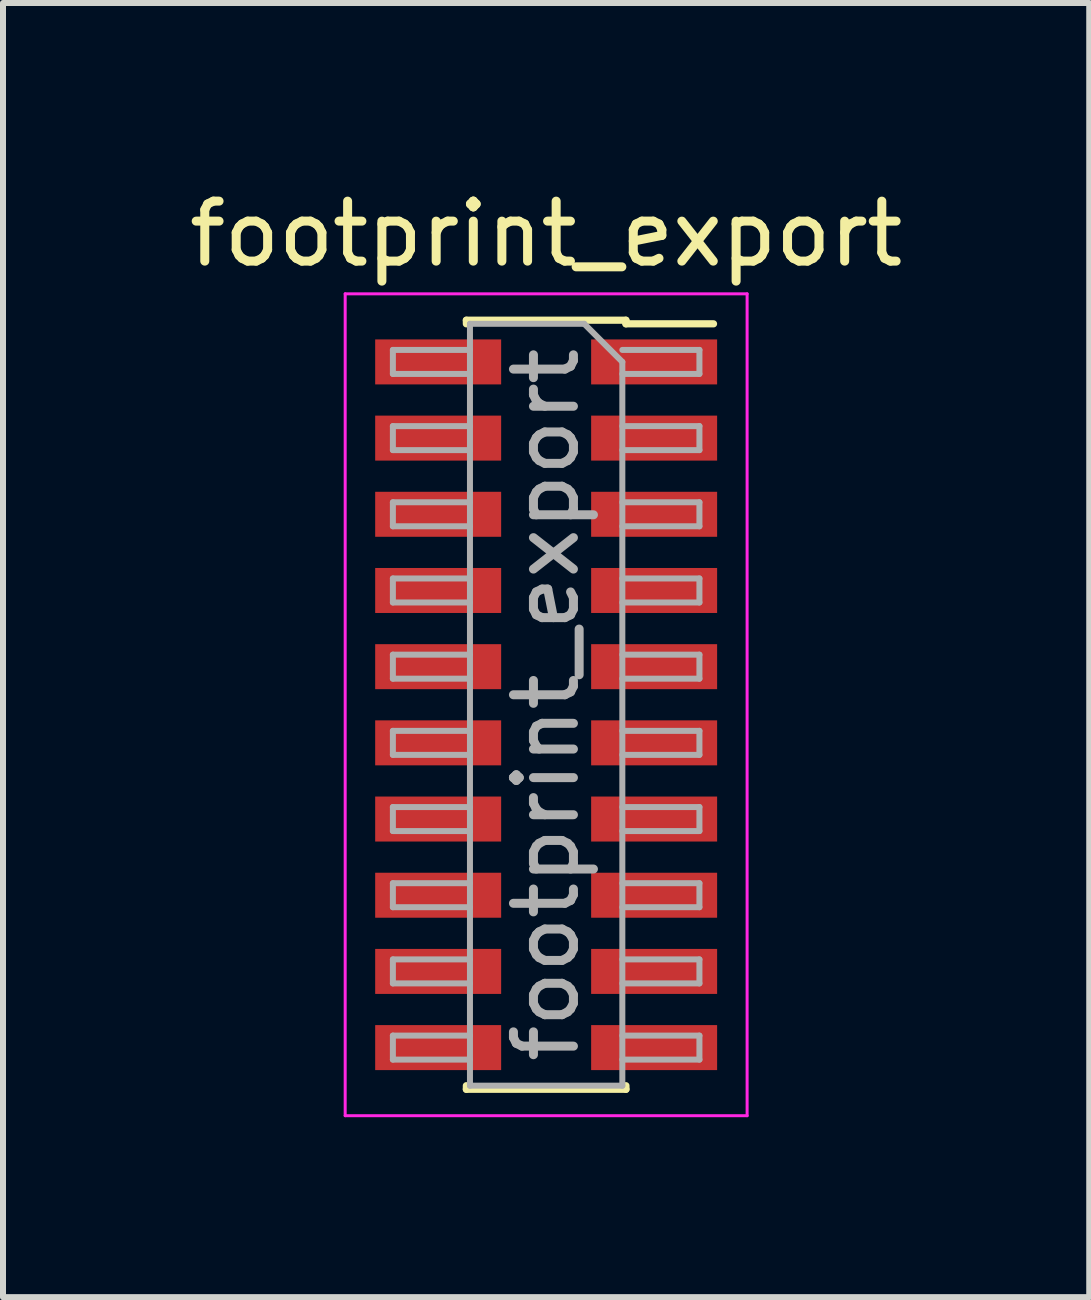
<source format=kicad_pcb>
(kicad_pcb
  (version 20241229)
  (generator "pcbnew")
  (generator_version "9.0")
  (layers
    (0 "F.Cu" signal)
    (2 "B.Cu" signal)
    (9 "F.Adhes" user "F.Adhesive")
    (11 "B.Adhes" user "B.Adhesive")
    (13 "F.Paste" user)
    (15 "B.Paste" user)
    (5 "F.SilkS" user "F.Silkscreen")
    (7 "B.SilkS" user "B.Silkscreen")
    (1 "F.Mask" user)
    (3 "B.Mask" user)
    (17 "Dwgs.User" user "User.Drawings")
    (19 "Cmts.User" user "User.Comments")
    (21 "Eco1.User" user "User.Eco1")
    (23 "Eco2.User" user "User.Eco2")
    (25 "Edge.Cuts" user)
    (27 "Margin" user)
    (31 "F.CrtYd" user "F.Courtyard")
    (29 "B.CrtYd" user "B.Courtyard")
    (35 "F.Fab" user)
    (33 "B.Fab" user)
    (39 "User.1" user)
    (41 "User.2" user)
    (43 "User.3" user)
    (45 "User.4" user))
  (footprint "footprint_export"
    (layer "F.Cu")
    (at 6.054 8.698)
    (property "Reference" "footprint_export" (at 0 -7.85 0) (layer "F.SilkS") (effects (font (size 1 1) (thickness 0.15))))
    (attr smd)
    (fp_line (start -1.33 -6.41) (end -1.33 -6.35) (stroke (width 0.12) (type solid)) (layer "F.SilkS"))
    (fp_line (start -1.33 -6.41) (end 1.33 -6.41) (stroke (width 0.12) (type solid)) (layer "F.SilkS"))
    (fp_line (start -1.33 6.35) (end -1.33 6.41) (stroke (width 0.12) (type solid)) (layer "F.SilkS"))
    (fp_line (start -1.33 6.41) (end 1.33 6.41) (stroke (width 0.12) (type solid)) (layer "F.SilkS"))
    (fp_line (start 1.33 -6.41) (end 1.33 -6.35) (stroke (width 0.12) (type solid)) (layer "F.SilkS"))
    (fp_line (start 1.33 -6.35) (end 2.79 -6.35) (stroke (width 0.12) (type solid)) (layer "F.SilkS"))
    (fp_line (start 1.33 6.35) (end 1.33 6.41) (stroke (width 0.12) (type solid)) (layer "F.SilkS"))
    (fp_line (start -3.35 -6.85) (end 3.35 -6.85) (stroke (width 0.05) (type solid)) (layer "F.CrtYd"))
    (fp_line (start -3.35 6.85) (end -3.35 -6.85) (stroke (width 0.05) (type solid)) (layer "F.CrtYd"))
    (fp_line (start 3.35 -6.85) (end 3.35 6.85) (stroke (width 0.05) (type solid)) (layer "F.CrtYd"))
    (fp_line (start 3.35 6.85) (end -3.35 6.85) (stroke (width 0.05) (type solid)) (layer "F.CrtYd"))
    (fp_line (start -2.555 -5.915) (end -1.27 -5.915) (stroke (width 0.1) (type solid)) (layer "F.Fab"))
    (fp_line (start -2.555 -5.515) (end -2.555 -5.915) (stroke (width 0.1) (type solid)) (layer "F.Fab"))
    (fp_line (start -2.555 -4.645) (end -1.27 -4.645) (stroke (width 0.1) (type solid)) (layer "F.Fab"))
    (fp_line (start -2.555 -4.245) (end -2.555 -4.645) (stroke (width 0.1) (type solid)) (layer "F.Fab"))
    (fp_line (start -2.555 -3.375) (end -1.27 -3.375) (stroke (width 0.1) (type solid)) (layer "F.Fab"))
    (fp_line (start -2.555 -2.975) (end -2.555 -3.375) (stroke (width 0.1) (type solid)) (layer "F.Fab"))
    (fp_line (start -2.555 -2.105) (end -1.27 -2.105) (stroke (width 0.1) (type solid)) (layer "F.Fab"))
    (fp_line (start -2.555 -1.705) (end -2.555 -2.105) (stroke (width 0.1) (type solid)) (layer "F.Fab"))
    (fp_line (start -2.555 -0.835) (end -1.27 -0.835) (stroke (width 0.1) (type solid)) (layer "F.Fab"))
    (fp_line (start -2.555 -0.435) (end -2.555 -0.835) (stroke (width 0.1) (type solid)) (layer "F.Fab"))
    (fp_line (start -2.555 0.435) (end -1.27 0.435) (stroke (width 0.1) (type solid)) (layer "F.Fab"))
    (fp_line (start -2.555 0.835) (end -2.555 0.435) (stroke (width 0.1) (type solid)) (layer "F.Fab"))
    (fp_line (start -2.555 1.705) (end -1.27 1.705) (stroke (width 0.1) (type solid)) (layer "F.Fab"))
    (fp_line (start -2.555 2.105) (end -2.555 1.705) (stroke (width 0.1) (type solid)) (layer "F.Fab"))
    (fp_line (start -2.555 2.975) (end -1.27 2.975) (stroke (width 0.1) (type solid)) (layer "F.Fab"))
    (fp_line (start -2.555 3.375) (end -2.555 2.975) (stroke (width 0.1) (type solid)) (layer "F.Fab"))
    (fp_line (start -2.555 4.245) (end -1.27 4.245) (stroke (width 0.1) (type solid)) (layer "F.Fab"))
    (fp_line (start -2.555 4.645) (end -2.555 4.245) (stroke (width 0.1) (type solid)) (layer "F.Fab"))
    (fp_line (start -2.555 5.515) (end -1.27 5.515) (stroke (width 0.1) (type solid)) (layer "F.Fab"))
    (fp_line (start -2.555 5.915) (end -2.555 5.515) (stroke (width 0.1) (type solid)) (layer "F.Fab"))
    (fp_line (start -1.27 -6.35) (end 0.635 -6.35) (stroke (width 0.1) (type solid)) (layer "F.Fab"))
    (fp_line (start -1.27 -5.515) (end -2.555 -5.515) (stroke (width 0.1) (type solid)) (layer "F.Fab"))
    (fp_line (start -1.27 -4.245) (end -2.555 -4.245) (stroke (width 0.1) (type solid)) (layer "F.Fab"))
    (fp_line (start -1.27 -2.975) (end -2.555 -2.975) (stroke (width 0.1) (type solid)) (layer "F.Fab"))
    (fp_line (start -1.27 -1.705) (end -2.555 -1.705) (stroke (width 0.1) (type solid)) (layer "F.Fab"))
    (fp_line (start -1.27 -0.435) (end -2.555 -0.435) (stroke (width 0.1) (type solid)) (layer "F.Fab"))
    (fp_line (start -1.27 0.835) (end -2.555 0.835) (stroke (width 0.1) (type solid)) (layer "F.Fab"))
    (fp_line (start -1.27 2.105) (end -2.555 2.105) (stroke (width 0.1) (type solid)) (layer "F.Fab"))
    (fp_line (start -1.27 3.375) (end -2.555 3.375) (stroke (width 0.1) (type solid)) (layer "F.Fab"))
    (fp_line (start -1.27 4.645) (end -2.555 4.645) (stroke (width 0.1) (type solid)) (layer "F.Fab"))
    (fp_line (start -1.27 5.915) (end -2.555 5.915) (stroke (width 0.1) (type solid)) (layer "F.Fab"))
    (fp_line (start -1.27 6.35) (end -1.27 -6.35) (stroke (width 0.1) (type solid)) (layer "F.Fab"))
    (fp_line (start 0.635 -6.35) (end 1.27 -5.715) (stroke (width 0.1) (type solid)) (layer "F.Fab"))
    (fp_line (start 1.27 -5.915) (end 2.555 -5.915) (stroke (width 0.1) (type solid)) (layer "F.Fab"))
    (fp_line (start 1.27 -5.715) (end 1.27 6.35) (stroke (width 0.1) (type solid)) (layer "F.Fab"))
    (fp_line (start 1.27 -4.645) (end 2.555 -4.645) (stroke (width 0.1) (type solid)) (layer "F.Fab"))
    (fp_line (start 1.27 -3.375) (end 2.555 -3.375) (stroke (width 0.1) (type solid)) (layer "F.Fab"))
    (fp_line (start 1.27 -2.105) (end 2.555 -2.105) (stroke (width 0.1) (type solid)) (layer "F.Fab"))
    (fp_line (start 1.27 -0.835) (end 2.555 -0.835) (stroke (width 0.1) (type solid)) (layer "F.Fab"))
    (fp_line (start 1.27 0.435) (end 2.555 0.435) (stroke (width 0.1) (type solid)) (layer "F.Fab"))
    (fp_line (start 1.27 1.705) (end 2.555 1.705) (stroke (width 0.1) (type solid)) (layer "F.Fab"))
    (fp_line (start 1.27 2.975) (end 2.555 2.975) (stroke (width 0.1) (type solid)) (layer "F.Fab"))
    (fp_line (start 1.27 4.245) (end 2.555 4.245) (stroke (width 0.1) (type solid)) (layer "F.Fab"))
    (fp_line (start 1.27 5.515) (end 2.555 5.515) (stroke (width 0.1) (type solid)) (layer "F.Fab"))
    (fp_line (start 1.27 6.35) (end -1.27 6.35) (stroke (width 0.1) (type solid)) (layer "F.Fab"))
    (fp_line (start 2.555 -5.915) (end 2.555 -5.515) (stroke (width 0.1) (type solid)) (layer "F.Fab"))
    (fp_line (start 2.555 -5.515) (end 1.27 -5.515) (stroke (width 0.1) (type solid)) (layer "F.Fab"))
    (fp_line (start 2.555 -4.645) (end 2.555 -4.245) (stroke (width 0.1) (type solid)) (layer "F.Fab"))
    (fp_line (start 2.555 -4.245) (end 1.27 -4.245) (stroke (width 0.1) (type solid)) (layer "F.Fab"))
    (fp_line (start 2.555 -3.375) (end 2.555 -2.975) (stroke (width 0.1) (type solid)) (layer "F.Fab"))
    (fp_line (start 2.555 -2.975) (end 1.27 -2.975) (stroke (width 0.1) (type solid)) (layer "F.Fab"))
    (fp_line (start 2.555 -2.105) (end 2.555 -1.705) (stroke (width 0.1) (type solid)) (layer "F.Fab"))
    (fp_line (start 2.555 -1.705) (end 1.27 -1.705) (stroke (width 0.1) (type solid)) (layer "F.Fab"))
    (fp_line (start 2.555 -0.835) (end 2.555 -0.435) (stroke (width 0.1) (type solid)) (layer "F.Fab"))
    (fp_line (start 2.555 -0.435) (end 1.27 -0.435) (stroke (width 0.1) (type solid)) (layer "F.Fab"))
    (fp_line (start 2.555 0.435) (end 2.555 0.835) (stroke (width 0.1) (type solid)) (layer "F.Fab"))
    (fp_line (start 2.555 0.835) (end 1.27 0.835) (stroke (width 0.1) (type solid)) (layer "F.Fab"))
    (fp_line (start 2.555 1.705) (end 2.555 2.105) (stroke (width 0.1) (type solid)) (layer "F.Fab"))
    (fp_line (start 2.555 2.105) (end 1.27 2.105) (stroke (width 0.1) (type solid)) (layer "F.Fab"))
    (fp_line (start 2.555 2.975) (end 2.555 3.375) (stroke (width 0.1) (type solid)) (layer "F.Fab"))
    (fp_line (start 2.555 3.375) (end 1.27 3.375) (stroke (width 0.1) (type solid)) (layer "F.Fab"))
    (fp_line (start 2.555 4.245) (end 2.555 4.645) (stroke (width 0.1) (type solid)) (layer "F.Fab"))
    (fp_line (start 2.555 4.645) (end 1.27 4.645) (stroke (width 0.1) (type solid)) (layer "F.Fab"))
    (fp_line (start 2.555 5.515) (end 2.555 5.915) (stroke (width 0.1) (type solid)) (layer "F.Fab"))
    (fp_line (start 2.555 5.915) (end 1.27 5.915) (stroke (width 0.1) (type solid)) (layer "F.Fab"))
    (fp_text user "${REFERENCE}" (at 0 0 90) (layer "F.Fab") (effects (font (size 1 1) (thickness 0.15))))
    (pad "1" smd rect (at 1.8 -5.715) (size 2.1 0.75) (layers "F.Cu" "F.Mask" "F.Paste"))
    (pad "2" smd rect (at -1.8 -5.715) (size 2.1 0.75) (layers "F.Cu" "F.Mask" "F.Paste"))
    (pad "3" smd rect (at 1.8 -4.445) (size 2.1 0.75) (layers "F.Cu" "F.Mask" "F.Paste"))
    (pad "4" smd rect (at -1.8 -4.445) (size 2.1 0.75) (layers "F.Cu" "F.Mask" "F.Paste"))
    (pad "5" smd rect (at 1.8 -3.175) (size 2.1 0.75) (layers "F.Cu" "F.Mask" "F.Paste"))
    (pad "6" smd rect (at -1.8 -3.175) (size 2.1 0.75) (layers "F.Cu" "F.Mask" "F.Paste"))
    (pad "7" smd rect (at 1.8 -1.905) (size 2.1 0.75) (layers "F.Cu" "F.Mask" "F.Paste"))
    (pad "8" smd rect (at -1.8 -1.905) (size 2.1 0.75) (layers "F.Cu" "F.Mask" "F.Paste"))
    (pad "9" smd rect (at 1.8 -0.635) (size 2.1 0.75) (layers "F.Cu" "F.Mask" "F.Paste"))
    (pad "10" smd rect (at -1.8 -0.635) (size 2.1 0.75) (layers "F.Cu" "F.Mask" "F.Paste"))
    (pad "11" smd rect (at 1.8 0.635) (size 2.1 0.75) (layers "F.Cu" "F.Mask" "F.Paste"))
    (pad "12" smd rect (at -1.8 0.635) (size 2.1 0.75) (layers "F.Cu" "F.Mask" "F.Paste"))
    (pad "13" smd rect (at 1.8 1.905) (size 2.1 0.75) (layers "F.Cu" "F.Mask" "F.Paste"))
    (pad "14" smd rect (at -1.8 1.905) (size 2.1 0.75) (layers "F.Cu" "F.Mask" "F.Paste"))
    (pad "15" smd rect (at 1.8 3.175) (size 2.1 0.75) (layers "F.Cu" "F.Mask" "F.Paste"))
    (pad "16" smd rect (at -1.8 3.175) (size 2.1 0.75) (layers "F.Cu" "F.Mask" "F.Paste"))
    (pad "17" smd rect (at 1.8 4.445) (size 2.1 0.75) (layers "F.Cu" "F.Mask" "F.Paste"))
    (pad "18" smd rect (at -1.8 4.445) (size 2.1 0.75) (layers "F.Cu" "F.Mask" "F.Paste"))
    (pad "19" smd rect (at 1.8 5.715) (size 2.1 0.75) (layers "F.Cu" "F.Mask" "F.Paste"))
    (pad "20" smd rect (at -1.8 5.715) (size 2.1 0.75) (layers "F.Cu" "F.Mask" "F.Paste")))
  (gr_rect
    (start -3 -3)
    (end 15.107 18.573)
    (stroke (width 0.1) (type default))
    (fill no)
    (layer "Edge.Cuts")))
</source>
